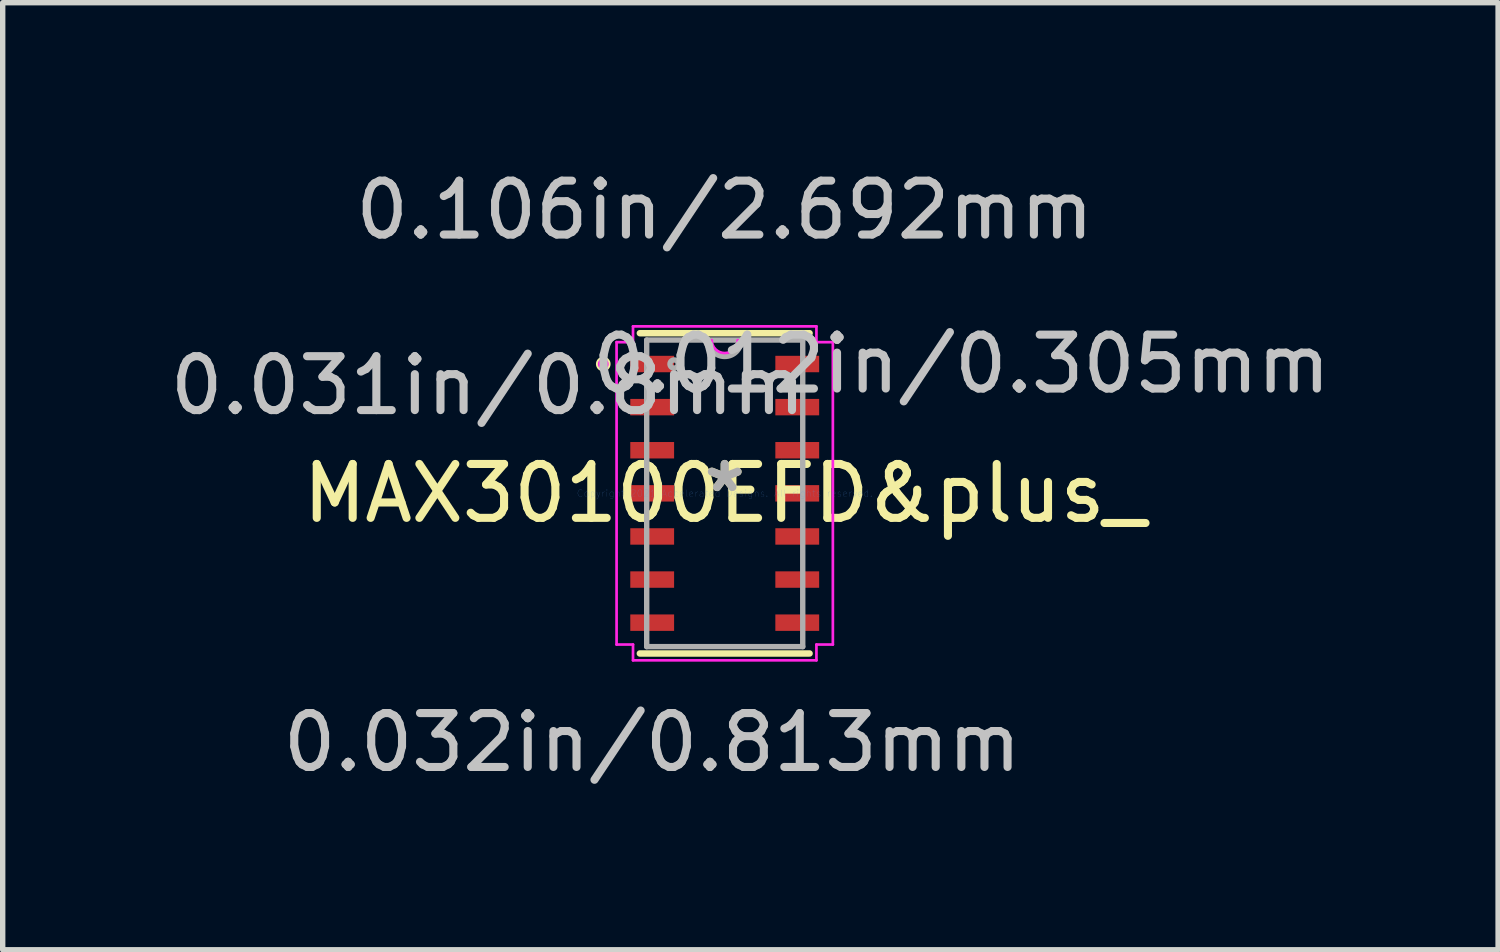
<source format=kicad_pcb>
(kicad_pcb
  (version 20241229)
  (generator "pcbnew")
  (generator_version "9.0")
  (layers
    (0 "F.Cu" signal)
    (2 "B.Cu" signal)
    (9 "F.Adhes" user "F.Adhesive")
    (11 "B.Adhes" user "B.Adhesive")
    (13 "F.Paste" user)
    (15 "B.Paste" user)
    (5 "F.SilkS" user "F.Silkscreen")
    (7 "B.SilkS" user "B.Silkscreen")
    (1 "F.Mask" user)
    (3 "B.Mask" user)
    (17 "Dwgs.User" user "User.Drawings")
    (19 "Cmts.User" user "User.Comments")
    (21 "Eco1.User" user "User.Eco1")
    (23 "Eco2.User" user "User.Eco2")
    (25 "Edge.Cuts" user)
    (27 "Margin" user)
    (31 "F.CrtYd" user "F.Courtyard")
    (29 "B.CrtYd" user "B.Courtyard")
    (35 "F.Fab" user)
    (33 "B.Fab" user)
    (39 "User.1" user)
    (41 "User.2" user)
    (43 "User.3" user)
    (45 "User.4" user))
  (footprint "MAX30100EFD&plus_"
    (layer "F.Cu")
    (at 10.4 6.106)
    (property "Reference" "MAX30100EFD&plus_" (at 0 0 0) (layer "F.SilkS") (effects (font (size 1 1) (thickness 0.15))))
    (attr through_hole)
    (fp_line (start -1.575 2.972) (end 1.575 2.972) (stroke (width 0.12) (type solid)) (layer "F.SilkS"))
    (fp_line (start 1.575 -2.972) (end -1.575 -2.972) (stroke (width 0.12) (type solid)) (layer "F.SilkS"))
    (fp_circle (center -2.254 -2.4) (end -2.178 -2.4) (stroke (width 0.12) (type solid)) (fill no) (layer "F.SilkS"))
    (fp_line (start -2.007 -2.806) (end -1.702 -2.806) (stroke (width 0.05) (type solid)) (layer "F.CrtYd"))
    (fp_line (start -2.007 2.806) (end -2.007 -2.806) (stroke (width 0.05) (type solid)) (layer "F.CrtYd"))
    (fp_line (start -1.702 -3.099) (end 1.702 -3.099) (stroke (width 0.05) (type solid)) (layer "F.CrtYd"))
    (fp_line (start -1.702 -2.806) (end -1.702 -3.099) (stroke (width 0.05) (type solid)) (layer "F.CrtYd"))
    (fp_line (start -1.702 2.806) (end -2.007 2.806) (stroke (width 0.05) (type solid)) (layer "F.CrtYd"))
    (fp_line (start -1.702 3.099) (end -1.702 2.806) (stroke (width 0.05) (type solid)) (layer "F.CrtYd"))
    (fp_line (start 1.702 -3.099) (end 1.702 -2.806) (stroke (width 0.05) (type solid)) (layer "F.CrtYd"))
    (fp_line (start 1.702 -2.806) (end 2.007 -2.806) (stroke (width 0.05) (type solid)) (layer "F.CrtYd"))
    (fp_line (start 1.702 2.806) (end 1.702 3.099) (stroke (width 0.05) (type solid)) (layer "F.CrtYd"))
    (fp_line (start 1.702 3.099) (end -1.702 3.099) (stroke (width 0.05) (type solid)) (layer "F.CrtYd"))
    (fp_line (start 2.007 -2.806) (end 2.007 2.806) (stroke (width 0.05) (type solid)) (layer "F.CrtYd"))
    (fp_line (start 2.007 2.806) (end 1.702 2.806) (stroke (width 0.05) (type solid)) (layer "F.CrtYd"))
    (fp_arc (start 0.2413 -2.8448) (mid 0 -2.6035) (end -0.2413 -2.8448) (stroke (width 0.05) (type solid)) (layer "F.CrtYd"))
    (fp_circle (center -2.254 -2.4) (end -2.178 -2.4) (stroke (width 0.05) (type solid)) (fill no) (layer "F.CrtYd"))
    (fp_line (start -1.448 -2.845) (end -1.448 2.845) (stroke (width 0.1) (type solid)) (layer "F.Fab"))
    (fp_line (start -1.448 2.845) (end 1.448 2.845) (stroke (width 0.1) (type solid)) (layer "F.Fab"))
    (fp_line (start 1.448 -2.845) (end -1.448 -2.845) (stroke (width 0.1) (type solid)) (layer "F.Fab"))
    (fp_line (start 1.448 2.845) (end 1.448 -2.845) (stroke (width 0.1) (type solid)) (layer "F.Fab"))
    (fp_arc (start 0.3048 -2.8448) (mid 0 -2.54) (end -0.3048 -2.8448) (stroke (width 0.1) (type solid)) (layer "F.Fab"))
    (fp_circle (center -0.94 -2.4) (end -0.864 -2.4) (stroke (width 0.1) (type solid)) (fill no) (layer "F.Fab"))
    (fp_text user "*" (at 0 0 0) (layer "F.SilkS") (effects (font (size 1 1) (thickness 0.15))))
    (fp_text user "0.031in/0.8mm" (at -4.394 -2 0) (layer "Dwgs.User") (effects (font (size 1 1) (thickness 0.15))))
    (fp_text user "0.012in/0.305mm" (at 4.394 -2.4 0) (layer "Dwgs.User") (effects (font (size 1 1) (thickness 0.15))))
    (fp_text user "0.106in/2.692mm" (at 0 -5.258 0) (layer "Dwgs.User") (effects (font (size 1 1) (thickness 0.15))))
    (fp_text user "0.032in/0.813mm" (at -1.346 4.623 0) (layer "Dwgs.User") (effects (font (size 1 1) (thickness 0.15))))
    (fp_text user "Copyright 2021 Accelerated Designs. All rights reserved." (at 0 0 0) (layer "Cmts.User") (effects (font (size 0.127 0.127) (thickness 0.002))))
    (fp_text user "*" (at 0 0 0) (layer "F.Fab") (effects (font (size 1 1) (thickness 0.15))))
    (pad "1" smd rect (at -1.346 -2.4) (size 0.813 0.305) (layers "F.Cu" "F.Mask" "F.Paste"))
    (pad "2" smd rect (at -1.346 -1.6) (size 0.813 0.305) (layers "F.Cu" "F.Mask" "F.Paste"))
    (pad "3" smd rect (at -1.346 -0.8) (size 0.813 0.305) (layers "F.Cu" "F.Mask" "F.Paste"))
    (pad "4" smd rect (at -1.346 0) (size 0.813 0.305) (layers "F.Cu" "F.Mask" "F.Paste"))
    (pad "5" smd rect (at -1.346 0.8) (size 0.813 0.305) (layers "F.Cu" "F.Mask" "F.Paste"))
    (pad "6" smd rect (at -1.346 1.6) (size 0.813 0.305) (layers "F.Cu" "F.Mask" "F.Paste"))
    (pad "7" smd rect (at -1.346 2.4) (size 0.813 0.305) (layers "F.Cu" "F.Mask" "F.Paste"))
    (pad "8" smd rect (at 1.346 2.4) (size 0.813 0.305) (layers "F.Cu" "F.Mask" "F.Paste"))
    (pad "9" smd rect (at 1.346 1.6) (size 0.813 0.305) (layers "F.Cu" "F.Mask" "F.Paste"))
    (pad "10" smd rect (at 1.346 0.8) (size 0.813 0.305) (layers "F.Cu" "F.Mask" "F.Paste"))
    (pad "11" smd rect (at 1.346 0) (size 0.813 0.305) (layers "F.Cu" "F.Mask" "F.Paste"))
    (pad "12" smd rect (at 1.346 -0.8) (size 0.813 0.305) (layers "F.Cu" "F.Mask" "F.Paste"))
    (pad "13" smd rect (at 1.346 -1.6) (size 0.813 0.305) (layers "F.Cu" "F.Mask" "F.Paste"))
    (pad "14" smd rect (at 1.346 -2.4) (size 0.813 0.305) (layers "F.Cu" "F.Mask" "F.Paste")))
  (gr_rect
    (start -3 -3)
    (end 24.753 14.577)
    (stroke (width 0.1) (type default))
    (fill no)
    (layer "Edge.Cuts")))
</source>
